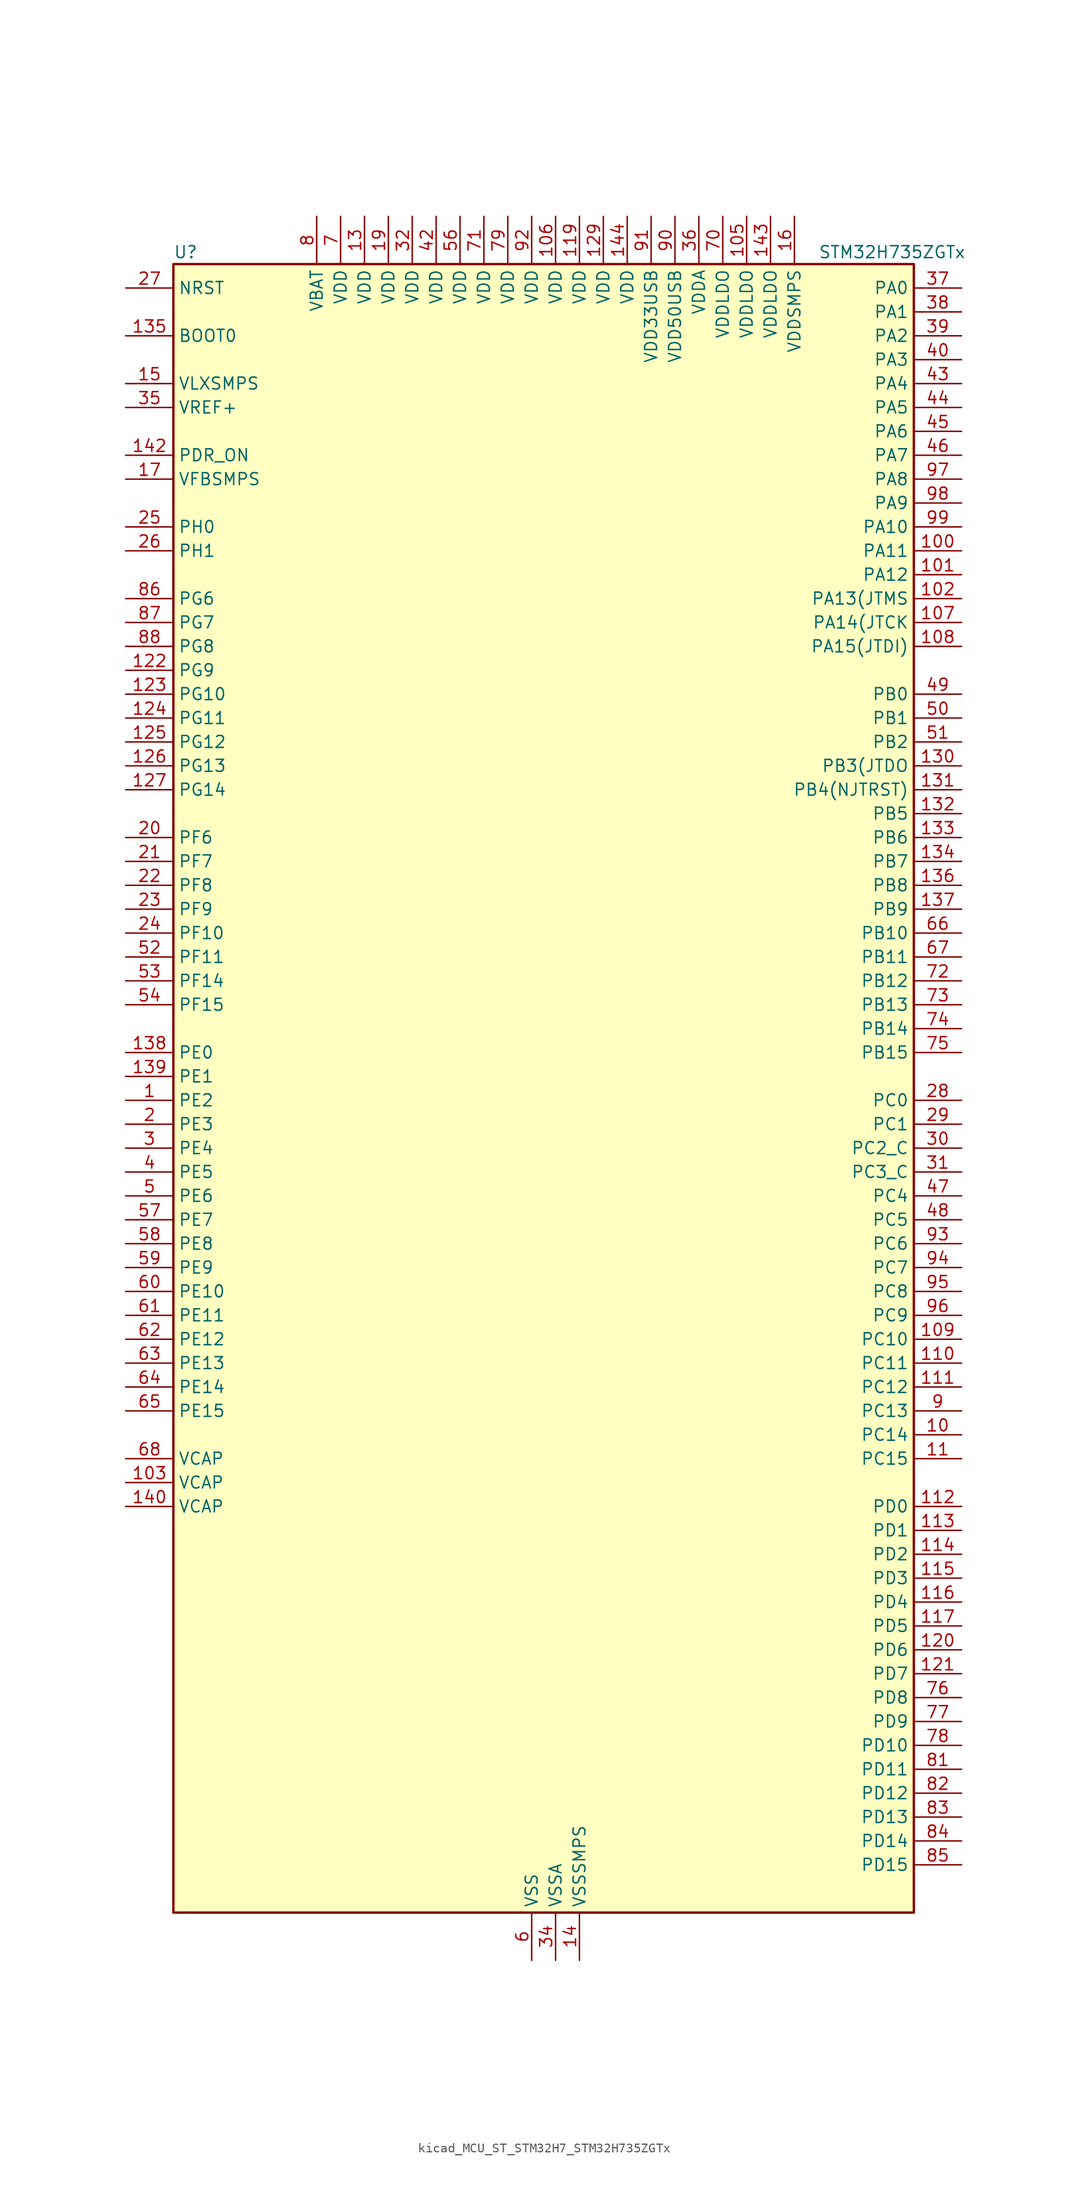
<source format=kicad_sym>
(kicad_symbol_lib
  (version 20220914)
  (generator kicad_symbol_editor)
  (symbol "kicad_MCU_ST_STM32H7_STM32H735ZGTx"
    (property "Reference" "U"
      (at -38.1 90.17 0)
      (effects (font (size 1.27 1.27)) (justify left)))
    (property "Value" "STM32H735ZGTx"
      (at 30.48 90.17 0)
      (effects (font (size 1.27 1.27)) (justify left)))
    (property "ki_locked" ""
      (at 0 0 0)
      (effects (font (size 1.27 1.27))))
    (symbol "kicad_MCU_ST_STM32H7_STM32H735ZGTx_0_1"
      (rectangle (start -38.1 -86.36) (end 40.64 88.9) (stroke (width 0.254) (type default)) (fill (type background))))
    (symbol "kicad_MCU_ST_STM32H7_STM32H735ZGTx_1_1"
      (pin bidirectional line (at -43.18 0 0) (length 5.08) (name "PE2" (effects (font (size 1.27 1.27)))) (number "1" (effects (font (size 1.27 1.27)))) (alternate "DEBUG_TRACECLK" bidirectional line) (alternate "ETH_TXD3" bidirectional line) (alternate "FMC_A23" bidirectional line) (alternate "OCTOSPIM_P1_IO2" bidirectional line) (alternate "SAI1_CK1" bidirectional line) (alternate "SAI1_MCLK_A" bidirectional line) (alternate "SAI4_CK1" bidirectional line) (alternate "SAI4_MCLK_A" bidirectional line) (alternate "SPI4_SCK" bidirectional line) (alternate "USART10_RX" bidirectional line))
      (pin bidirectional line (at 45.72 -35.56 180) (length 5.08) (name "PC14" (effects (font (size 1.27 1.27)))) (number "10" (effects (font (size 1.27 1.27)))) (alternate "RCC_OSC32_IN" bidirectional line))
      (pin bidirectional line (at 45.72 58.42 180) (length 5.08) (name "PA11" (effects (font (size 1.27 1.27)))) (number "100" (effects (font (size 1.27 1.27)))) (alternate "ADC1_EXTI11" bidirectional line) (alternate "ADC2_EXTI11" bidirectional line) (alternate "ADC3_EXTI11" bidirectional line) (alternate "FDCAN1_RX" bidirectional line) (alternate "I2S2_WS" bidirectional line) (alternate "LPUART1_CTS" bidirectional line) (alternate "LTDC_R4" bidirectional line) (alternate "SPI2_NSS" bidirectional line) (alternate "TIM1_CH4" bidirectional line) (alternate "UART4_RX" bidirectional line) (alternate "USART1_CTS" bidirectional line) (alternate "USART1_NSS" bidirectional line) (alternate "USB_OTG_HS_DM" bidirectional line))
      (pin bidirectional line (at 45.72 55.88 180) (length 5.08) (name "PA12" (effects (font (size 1.27 1.27)))) (number "101" (effects (font (size 1.27 1.27)))) (alternate "FDCAN1_TX" bidirectional line) (alternate "I2S2_CK" bidirectional line) (alternate "LPUART1_DE" bidirectional line) (alternate "LPUART1_RTS" bidirectional line) (alternate "LTDC_R5" bidirectional line) (alternate "SAI4_FS_B" bidirectional line) (alternate "SPI2_SCK" bidirectional line) (alternate "TIM1_BKIN2" bidirectional line) (alternate "TIM1_ETR" bidirectional line) (alternate "UART4_TX" bidirectional line) (alternate "USART1_DE" bidirectional line) (alternate "USART1_RTS" bidirectional line) (alternate "USB_OTG_HS_DP" bidirectional line))
      (pin bidirectional line (at 45.72 53.34 180) (length 5.08) (name "PA13(JTMS" (effects (font (size 1.27 1.27)))) (number "102" (effects (font (size 1.27 1.27)))) (alternate "DEBUG_JTMS-SWDIO" bidirectional line))
      (pin power_out line (at -43.18 -40.64 0) (length 5.08) (name "VCAP" (effects (font (size 1.27 1.27)))) (number "103" (effects (font (size 1.27 1.27)))))
      (pin passive line (at 0 -91.44 90) (length 5.08) hide (name "VSS" (effects (font (size 1.27 1.27)))) (number "104" (effects (font (size 1.27 1.27)))))
      (pin power_in line (at 22.86 93.98 270) (length 5.08) (name "VDDLDO" (effects (font (size 1.27 1.27)))) (number "105" (effects (font (size 1.27 1.27)))))
      (pin power_in line (at 2.54 93.98 270) (length 5.08) (name "VDD" (effects (font (size 1.27 1.27)))) (number "106" (effects (font (size 1.27 1.27)))))
      (pin bidirectional line (at 45.72 50.8 180) (length 5.08) (name "PA14(JTCK" (effects (font (size 1.27 1.27)))) (number "107" (effects (font (size 1.27 1.27)))) (alternate "DEBUG_JTCK-SWCLK" bidirectional line))
      (pin bidirectional line (at 45.72 48.26 180) (length 5.08) (name "PA15(JTDI)" (effects (font (size 1.27 1.27)))) (number "108" (effects (font (size 1.27 1.27)))) (alternate "ADC1_EXTI15" bidirectional line) (alternate "ADC2_EXTI15" bidirectional line) (alternate "ADC3_EXTI15" bidirectional line) (alternate "CEC" bidirectional line) (alternate "DEBUG_JTDI" bidirectional line) (alternate "I2S1_WS" bidirectional line) (alternate "I2S3_WS" bidirectional line) (alternate "I2S6_WS" bidirectional line) (alternate "LTDC_B6" bidirectional line) (alternate "LTDC_R3" bidirectional line) (alternate "SPI1_NSS" bidirectional line) (alternate "SPI3_NSS" bidirectional line) (alternate "SPI6_NSS" bidirectional line) (alternate "TIM2_CH1" bidirectional line) (alternate "TIM2_ETR" bidirectional line) (alternate "UART4_DE" bidirectional line) (alternate "UART4_RTS" bidirectional line) (alternate "UART7_TX" bidirectional line))
      (pin bidirectional line (at 45.72 -25.4 180) (length 5.08) (name "PC10" (effects (font (size 1.27 1.27)))) (number "109" (effects (font (size 1.27 1.27)))) (alternate "DCMI_D8" bidirectional line) (alternate "DFSDM1_CKIN5" bidirectional line) (alternate "I2C5_SDA" bidirectional line) (alternate "I2S3_CK" bidirectional line) (alternate "LTDC_B1" bidirectional line) (alternate "LTDC_R2" bidirectional line) (alternate "OCTOSPIM_P1_IO1" bidirectional line) (alternate "PSSI_D8" bidirectional line) (alternate "SDMMC1_D2" bidirectional line) (alternate "SPI3_SCK" bidirectional line) (alternate "SWPMI1_RX" bidirectional line) (alternate "UART4_TX" bidirectional line) (alternate "USART3_TX" bidirectional line))
      (pin bidirectional line (at 45.72 -38.1 180) (length 5.08) (name "PC15" (effects (font (size 1.27 1.27)))) (number "11" (effects (font (size 1.27 1.27)))) (alternate "ADC1_EXTI15" bidirectional line) (alternate "ADC2_EXTI15" bidirectional line) (alternate "ADC3_EXTI15" bidirectional line) (alternate "RCC_OSC32_OUT" bidirectional line))
      (pin bidirectional line (at 45.72 -27.94 180) (length 5.08) (name "PC11" (effects (font (size 1.27 1.27)))) (number "110" (effects (font (size 1.27 1.27)))) (alternate "ADC1_EXTI11" bidirectional line) (alternate "ADC2_EXTI11" bidirectional line) (alternate "ADC3_EXTI11" bidirectional line) (alternate "DCMI_D4" bidirectional line) (alternate "DFSDM1_DATIN5" bidirectional line) (alternate "I2C5_SCL" bidirectional line) (alternate "I2S3_SDI" bidirectional line) (alternate "LTDC_B4" bidirectional line) (alternate "OCTOSPIM_P1_NCS" bidirectional line) (alternate "PSSI_D4" bidirectional line) (alternate "SDMMC1_D3" bidirectional line) (alternate "SPI3_MISO" bidirectional line) (alternate "UART4_RX" bidirectional line) (alternate "USART3_RX" bidirectional line))
      (pin bidirectional line (at 45.72 -30.48 180) (length 5.08) (name "PC12" (effects (font (size 1.27 1.27)))) (number "111" (effects (font (size 1.27 1.27)))) (alternate "DCMI_D9" bidirectional line) (alternate "DEBUG_TRACED3" bidirectional line) (alternate "FMC_D6" bidirectional line) (alternate "FMC_DA6" bidirectional line) (alternate "I2C5_SMBA" bidirectional line) (alternate "I2S3_SDO" bidirectional line) (alternate "I2S6_CK" bidirectional line) (alternate "LTDC_R6" bidirectional line) (alternate "PSSI_D9" bidirectional line) (alternate "SDMMC1_CK" bidirectional line) (alternate "SPI3_MOSI" bidirectional line) (alternate "SPI6_SCK" bidirectional line) (alternate "TIM15_CH1" bidirectional line) (alternate "UART5_TX" bidirectional line) (alternate "USART3_CK" bidirectional line))
      (pin bidirectional line (at 45.72 -43.18 180) (length 5.08) (name "PD0" (effects (font (size 1.27 1.27)))) (number "112" (effects (font (size 1.27 1.27)))) (alternate "DFSDM1_CKIN6" bidirectional line) (alternate "FDCAN1_RX" bidirectional line) (alternate "FMC_D2" bidirectional line) (alternate "FMC_DA2" bidirectional line) (alternate "LTDC_B1" bidirectional line) (alternate "UART4_RX" bidirectional line) (alternate "UART9_CTS" bidirectional line))
      (pin bidirectional line (at 45.72 -45.72 180) (length 5.08) (name "PD1" (effects (font (size 1.27 1.27)))) (number "113" (effects (font (size 1.27 1.27)))) (alternate "DFSDM1_DATIN6" bidirectional line) (alternate "FDCAN1_TX" bidirectional line) (alternate "FMC_D3" bidirectional line) (alternate "FMC_DA3" bidirectional line) (alternate "UART4_TX" bidirectional line))
      (pin bidirectional line (at 45.72 -48.26 180) (length 5.08) (name "PD2" (effects (font (size 1.27 1.27)))) (number "114" (effects (font (size 1.27 1.27)))) (alternate "DCMI_D11" bidirectional line) (alternate "DEBUG_TRACED2" bidirectional line) (alternate "FMC_D7" bidirectional line) (alternate "FMC_DA7" bidirectional line) (alternate "LTDC_B2" bidirectional line) (alternate "LTDC_B7" bidirectional line) (alternate "PSSI_D11" bidirectional line) (alternate "SDMMC1_CMD" bidirectional line) (alternate "TIM15_BKIN" bidirectional line) (alternate "TIM3_ETR" bidirectional line) (alternate "UART5_RX" bidirectional line))
      (pin bidirectional line (at 45.72 -50.8 180) (length 5.08) (name "PD3" (effects (font (size 1.27 1.27)))) (number "115" (effects (font (size 1.27 1.27)))) (alternate "DCMI_D5" bidirectional line) (alternate "DFSDM1_CKOUT" bidirectional line) (alternate "FMC_CLK" bidirectional line) (alternate "I2S2_CK" bidirectional line) (alternate "LTDC_G7" bidirectional line) (alternate "PSSI_D5" bidirectional line) (alternate "SPI2_SCK" bidirectional line) (alternate "USART2_CTS" bidirectional line) (alternate "USART2_NSS" bidirectional line))
      (pin bidirectional line (at 45.72 -53.34 180) (length 5.08) (name "PD4" (effects (font (size 1.27 1.27)))) (number "116" (effects (font (size 1.27 1.27)))) (alternate "FMC_NOE" bidirectional line) (alternate "OCTOSPIM_P1_IO4" bidirectional line) (alternate "USART2_DE" bidirectional line) (alternate "USART2_RTS" bidirectional line))
      (pin bidirectional line (at 45.72 -55.88 180) (length 5.08) (name "PD5" (effects (font (size 1.27 1.27)))) (number "117" (effects (font (size 1.27 1.27)))) (alternate "FMC_NWE" bidirectional line) (alternate "OCTOSPIM_P1_IO5" bidirectional line) (alternate "USART2_TX" bidirectional line))
      (pin passive line (at 0 -91.44 90) (length 5.08) hide (name "VSS" (effects (font (size 1.27 1.27)))) (number "118" (effects (font (size 1.27 1.27)))))
      (pin power_in line (at 5.08 93.98 270) (length 5.08) (name "VDD" (effects (font (size 1.27 1.27)))) (number "119" (effects (font (size 1.27 1.27)))))
      (pin passive line (at 0 -91.44 90) (length 5.08) hide (name "VSS" (effects (font (size 1.27 1.27)))) (number "12" (effects (font (size 1.27 1.27)))))
      (pin bidirectional line (at 45.72 -58.42 180) (length 5.08) (name "PD6" (effects (font (size 1.27 1.27)))) (number "120" (effects (font (size 1.27 1.27)))) (alternate "DCMI_D10" bidirectional line) (alternate "DFSDM1_CKIN4" bidirectional line) (alternate "DFSDM1_DATIN1" bidirectional line) (alternate "FMC_NWAIT" bidirectional line) (alternate "I2S3_SDO" bidirectional line) (alternate "LTDC_B2" bidirectional line) (alternate "OCTOSPIM_P1_IO6" bidirectional line) (alternate "PSSI_D10" bidirectional line) (alternate "SAI1_D1" bidirectional line) (alternate "SAI1_SD_A" bidirectional line) (alternate "SAI4_D1" bidirectional line) (alternate "SAI4_SD_A" bidirectional line) (alternate "SDMMC2_CK" bidirectional line) (alternate "SPI3_MOSI" bidirectional line) (alternate "USART2_RX" bidirectional line))
      (pin bidirectional line (at 45.72 -60.96 180) (length 5.08) (name "PD7" (effects (font (size 1.27 1.27)))) (number "121" (effects (font (size 1.27 1.27)))) (alternate "DFSDM1_CKIN1" bidirectional line) (alternate "DFSDM1_DATIN4" bidirectional line) (alternate "FMC_NE1" bidirectional line) (alternate "I2S1_SDO" bidirectional line) (alternate "OCTOSPIM_P1_IO7" bidirectional line) (alternate "SDMMC2_CMD" bidirectional line) (alternate "SPDIFRX1_IN0" bidirectional line) (alternate "SPI1_MOSI" bidirectional line) (alternate "USART2_CK" bidirectional line))
      (pin bidirectional line (at -43.18 45.72 0) (length 5.08) (name "PG9" (effects (font (size 1.27 1.27)))) (number "122" (effects (font (size 1.27 1.27)))) (alternate "DAC1_EXTI9" bidirectional line) (alternate "DCMI_VSYNC" bidirectional line) (alternate "FDCAN3_TX" bidirectional line) (alternate "FMC_NCE" bidirectional line) (alternate "FMC_NE2" bidirectional line) (alternate "I2S1_SDI" bidirectional line) (alternate "OCTOSPIM_P1_IO6" bidirectional line) (alternate "PSSI_RDY" bidirectional line) (alternate "SAI4_FS_B" bidirectional line) (alternate "SDMMC2_D0" bidirectional line) (alternate "SPDIFRX1_IN3" bidirectional line) (alternate "SPI1_MISO" bidirectional line) (alternate "USART6_RX" bidirectional line))
      (pin bidirectional line (at -43.18 43.18 0) (length 5.08) (name "PG10" (effects (font (size 1.27 1.27)))) (number "123" (effects (font (size 1.27 1.27)))) (alternate "DCMI_D2" bidirectional line) (alternate "FDCAN3_RX" bidirectional line) (alternate "FMC_NE3" bidirectional line) (alternate "I2S1_WS" bidirectional line) (alternate "LTDC_B2" bidirectional line) (alternate "LTDC_G3" bidirectional line) (alternate "OCTOSPIM_P2_IO6" bidirectional line) (alternate "PSSI_D2" bidirectional line) (alternate "SAI4_SD_B" bidirectional line) (alternate "SDMMC2_D1" bidirectional line) (alternate "SPI1_NSS" bidirectional line))
      (pin bidirectional line (at -43.18 40.64 0) (length 5.08) (name "PG11" (effects (font (size 1.27 1.27)))) (number "124" (effects (font (size 1.27 1.27)))) (alternate "ADC1_EXTI11" bidirectional line) (alternate "ADC2_EXTI11" bidirectional line) (alternate "ADC3_EXTI11" bidirectional line) (alternate "DCMI_D3" bidirectional line) (alternate "ETH_TX_EN" bidirectional line) (alternate "I2S1_CK" bidirectional line) (alternate "LPTIM1_IN2" bidirectional line) (alternate "LTDC_B3" bidirectional line) (alternate "OCTOSPIM_P2_IO7" bidirectional line) (alternate "PSSI_D3" bidirectional line) (alternate "SDMMC2_D2" bidirectional line) (alternate "SPDIFRX1_IN0" bidirectional line) (alternate "SPI1_SCK" bidirectional line) (alternate "USART10_RX" bidirectional line))
      (pin bidirectional line (at -43.18 38.1 0) (length 5.08) (name "PG12" (effects (font (size 1.27 1.27)))) (number "125" (effects (font (size 1.27 1.27)))) (alternate "ETH_TXD1" bidirectional line) (alternate "FMC_NE4" bidirectional line) (alternate "I2S6_SDI" bidirectional line) (alternate "LPTIM1_IN1" bidirectional line) (alternate "LTDC_B1" bidirectional line) (alternate "LTDC_B4" bidirectional line) (alternate "OCTOSPIM_P2_NCS" bidirectional line) (alternate "SDMMC2_D3" bidirectional line) (alternate "SPDIFRX1_IN1" bidirectional line) (alternate "SPI6_MISO" bidirectional line) (alternate "TIM23_CH1" bidirectional line) (alternate "USART10_TX" bidirectional line) (alternate "USART6_DE" bidirectional line) (alternate "USART6_RTS" bidirectional line))
      (pin bidirectional line (at -43.18 35.56 0) (length 5.08) (name "PG13" (effects (font (size 1.27 1.27)))) (number "126" (effects (font (size 1.27 1.27)))) (alternate "DEBUG_TRACED0" bidirectional line) (alternate "ETH_TXD0" bidirectional line) (alternate "FMC_A24" bidirectional line) (alternate "I2S6_CK" bidirectional line) (alternate "LPTIM1_OUT" bidirectional line) (alternate "LTDC_R0" bidirectional line) (alternate "SDMMC2_D6" bidirectional line) (alternate "SPI6_SCK" bidirectional line) (alternate "TIM23_CH2" bidirectional line) (alternate "USART10_CTS" bidirectional line) (alternate "USART10_NSS" bidirectional line) (alternate "USART6_CTS" bidirectional line) (alternate "USART6_NSS" bidirectional line))
      (pin bidirectional line (at -43.18 33.02 0) (length 5.08) (name "PG14" (effects (font (size 1.27 1.27)))) (number "127" (effects (font (size 1.27 1.27)))) (alternate "DEBUG_TRACED1" bidirectional line) (alternate "ETH_TXD1" bidirectional line) (alternate "FMC_A25" bidirectional line) (alternate "I2S6_SDO" bidirectional line) (alternate "LPTIM1_ETR" bidirectional line) (alternate "LTDC_B0" bidirectional line) (alternate "OCTOSPIM_P1_IO7" bidirectional line) (alternate "SDMMC2_D7" bidirectional line) (alternate "SPI6_MOSI" bidirectional line) (alternate "TIM23_CH3" bidirectional line) (alternate "USART10_DE" bidirectional line) (alternate "USART10_RTS" bidirectional line) (alternate "USART6_TX" bidirectional line))
      (pin passive line (at 0 -91.44 90) (length 5.08) hide (name "VSS" (effects (font (size 1.27 1.27)))) (number "128" (effects (font (size 1.27 1.27)))))
      (pin power_in line (at 7.62 93.98 270) (length 5.08) (name "VDD" (effects (font (size 1.27 1.27)))) (number "129" (effects (font (size 1.27 1.27)))))
      (pin power_in line (at -17.78 93.98 270) (length 5.08) (name "VDD" (effects (font (size 1.27 1.27)))) (number "13" (effects (font (size 1.27 1.27)))))
      (pin bidirectional line (at 45.72 35.56 180) (length 5.08) (name "PB3(JTDO" (effects (font (size 1.27 1.27)))) (number "130" (effects (font (size 1.27 1.27)))) (alternate "CRS_SYNC" bidirectional line) (alternate "DEBUG_JTDO-SWO" bidirectional line) (alternate "I2S1_CK" bidirectional line) (alternate "I2S3_CK" bidirectional line) (alternate "I2S6_CK" bidirectional line) (alternate "SDMMC2_D2" bidirectional line) (alternate "SPI1_SCK" bidirectional line) (alternate "SPI3_SCK" bidirectional line) (alternate "SPI6_SCK" bidirectional line) (alternate "TIM24_ETR" bidirectional line) (alternate "TIM2_CH2" bidirectional line) (alternate "UART7_RX" bidirectional line))
      (pin bidirectional line (at 45.72 33.02 180) (length 5.08) (name "PB4(NJTRST)" (effects (font (size 1.27 1.27)))) (number "131" (effects (font (size 1.27 1.27)))) (alternate "DEBUG_JTRST" bidirectional line) (alternate "I2S1_SDI" bidirectional line) (alternate "I2S2_WS" bidirectional line) (alternate "I2S3_SDI" bidirectional line) (alternate "I2S6_SDI" bidirectional line) (alternate "SDMMC2_D3" bidirectional line) (alternate "SPI1_MISO" bidirectional line) (alternate "SPI2_NSS" bidirectional line) (alternate "SPI3_MISO" bidirectional line) (alternate "SPI6_MISO" bidirectional line) (alternate "TIM16_BKIN" bidirectional line) (alternate "TIM3_CH1" bidirectional line) (alternate "UART7_TX" bidirectional line))
      (pin bidirectional line (at 45.72 30.48 180) (length 5.08) (name "PB5" (effects (font (size 1.27 1.27)))) (number "132" (effects (font (size 1.27 1.27)))) (alternate "DCMI_D10" bidirectional line) (alternate "ETH_PPS_OUT" bidirectional line) (alternate "FDCAN2_RX" bidirectional line) (alternate "FMC_SDCKE1" bidirectional line) (alternate "I2C1_SMBA" bidirectional line) (alternate "I2C4_SMBA" bidirectional line) (alternate "I2S1_SDO" bidirectional line) (alternate "I2S3_SDO" bidirectional line) (alternate "I2S6_SDO" bidirectional line) (alternate "LTDC_B5" bidirectional line) (alternate "PSSI_D10" bidirectional line) (alternate "SPI1_MOSI" bidirectional line) (alternate "SPI3_MOSI" bidirectional line) (alternate "SPI6_MOSI" bidirectional line) (alternate "TIM17_BKIN" bidirectional line) (alternate "TIM3_CH2" bidirectional line) (alternate "UART5_RX" bidirectional line) (alternate "USB_OTG_HS_ULPI_D7" bidirectional line))
      (pin bidirectional line (at 45.72 27.94 180) (length 5.08) (name "PB6" (effects (font (size 1.27 1.27)))) (number "133" (effects (font (size 1.27 1.27)))) (alternate "CEC" bidirectional line) (alternate "DCMI_D5" bidirectional line) (alternate "DFSDM1_DATIN5" bidirectional line) (alternate "FDCAN2_TX" bidirectional line) (alternate "FMC_SDNE1" bidirectional line) (alternate "I2C1_SCL" bidirectional line) (alternate "I2C4_SCL" bidirectional line) (alternate "LPUART1_TX" bidirectional line) (alternate "OCTOSPIM_P1_NCS" bidirectional line) (alternate "PSSI_D5" bidirectional line) (alternate "TIM16_CH1N" bidirectional line) (alternate "TIM4_CH1" bidirectional line) (alternate "UART5_TX" bidirectional line) (alternate "USART1_TX" bidirectional line))
      (pin bidirectional line (at 45.72 25.4 180) (length 5.08) (name "PB7" (effects (font (size 1.27 1.27)))) (number "134" (effects (font (size 1.27 1.27)))) (alternate "DCMI_VSYNC" bidirectional line) (alternate "DFSDM1_CKIN5" bidirectional line) (alternate "FMC_NL" bidirectional line) (alternate "I2C1_SDA" bidirectional line) (alternate "I2C4_SDA" bidirectional line) (alternate "LPUART1_RX" bidirectional line) (alternate "PSSI_RDY" bidirectional line) (alternate "PWR_PVD_IN" bidirectional line) (alternate "TIM17_CH1N" bidirectional line) (alternate "TIM4_CH2" bidirectional line) (alternate "USART1_RX" bidirectional line))
      (pin input line (at -43.18 81.28 0) (length 5.08) (name "BOOT0" (effects (font (size 1.27 1.27)))) (number "135" (effects (font (size 1.27 1.27)))))
      (pin bidirectional line (at 45.72 22.86 180) (length 5.08) (name "PB8" (effects (font (size 1.27 1.27)))) (number "136" (effects (font (size 1.27 1.27)))) (alternate "DCMI_D6" bidirectional line) (alternate "DFSDM1_CKIN7" bidirectional line) (alternate "ETH_TXD3" bidirectional line) (alternate "FDCAN1_RX" bidirectional line) (alternate "I2C1_SCL" bidirectional line) (alternate "I2C4_SCL" bidirectional line) (alternate "LTDC_B6" bidirectional line) (alternate "PSSI_D6" bidirectional line) (alternate "SDMMC1_CKIN" bidirectional line) (alternate "SDMMC1_D4" bidirectional line) (alternate "SDMMC2_D4" bidirectional line) (alternate "TIM16_CH1" bidirectional line) (alternate "TIM4_CH3" bidirectional line) (alternate "UART4_RX" bidirectional line))
      (pin bidirectional line (at 45.72 20.32 180) (length 5.08) (name "PB9" (effects (font (size 1.27 1.27)))) (number "137" (effects (font (size 1.27 1.27)))) (alternate "DAC1_EXTI9" bidirectional line) (alternate "DCMI_D7" bidirectional line) (alternate "DFSDM1_DATIN7" bidirectional line) (alternate "FDCAN1_TX" bidirectional line) (alternate "I2C1_SDA" bidirectional line) (alternate "I2C4_SDA" bidirectional line) (alternate "I2C4_SMBA" bidirectional line) (alternate "I2S2_WS" bidirectional line) (alternate "LTDC_B7" bidirectional line) (alternate "PSSI_D7" bidirectional line) (alternate "SDMMC1_CDIR" bidirectional line) (alternate "SDMMC1_D5" bidirectional line) (alternate "SDMMC2_D5" bidirectional line) (alternate "SPI2_NSS" bidirectional line) (alternate "TIM17_CH1" bidirectional line) (alternate "TIM4_CH4" bidirectional line) (alternate "UART4_TX" bidirectional line))
      (pin bidirectional line (at -43.18 5.08 0) (length 5.08) (name "PE0" (effects (font (size 1.27 1.27)))) (number "138" (effects (font (size 1.27 1.27)))) (alternate "DCMI_D2" bidirectional line) (alternate "FMC_NBL0" bidirectional line) (alternate "LPTIM1_ETR" bidirectional line) (alternate "LPTIM2_ETR" bidirectional line) (alternate "LTDC_R0" bidirectional line) (alternate "PSSI_D2" bidirectional line) (alternate "SAI4_MCLK_A" bidirectional line) (alternate "TIM4_ETR" bidirectional line) (alternate "UART8_RX" bidirectional line))
      (pin bidirectional line (at -43.18 2.54 0) (length 5.08) (name "PE1" (effects (font (size 1.27 1.27)))) (number "139" (effects (font (size 1.27 1.27)))) (alternate "DCMI_D3" bidirectional line) (alternate "FMC_NBL1" bidirectional line) (alternate "LPTIM1_IN2" bidirectional line) (alternate "LTDC_R6" bidirectional line) (alternate "PSSI_D3" bidirectional line) (alternate "UART8_TX" bidirectional line))
      (pin power_in line (at 5.08 -91.44 90) (length 5.08) (name "VSSSMPS" (effects (font (size 1.27 1.27)))) (number "14" (effects (font (size 1.27 1.27)))))
      (pin power_out line (at -43.18 -43.18 0) (length 5.08) (name "VCAP" (effects (font (size 1.27 1.27)))) (number "140" (effects (font (size 1.27 1.27)))))
      (pin passive line (at 0 -91.44 90) (length 5.08) hide (name "VSS" (effects (font (size 1.27 1.27)))) (number "141" (effects (font (size 1.27 1.27)))))
      (pin input line (at -43.18 68.58 0) (length 5.08) (name "PDR_ON" (effects (font (size 1.27 1.27)))) (number "142" (effects (font (size 1.27 1.27)))))
      (pin power_in line (at 25.4 93.98 270) (length 5.08) (name "VDDLDO" (effects (font (size 1.27 1.27)))) (number "143" (effects (font (size 1.27 1.27)))))
      (pin power_in line (at 10.16 93.98 270) (length 5.08) (name "VDD" (effects (font (size 1.27 1.27)))) (number "144" (effects (font (size 1.27 1.27)))))
      (pin power_in line (at -43.18 76.2 0) (length 5.08) (name "VLXSMPS" (effects (font (size 1.27 1.27)))) (number "15" (effects (font (size 1.27 1.27)))))
      (pin power_in line (at 27.94 93.98 270) (length 5.08) (name "VDDSMPS" (effects (font (size 1.27 1.27)))) (number "16" (effects (font (size 1.27 1.27)))))
      (pin input line (at -43.18 66.04 0) (length 5.08) (name "VFBSMPS" (effects (font (size 1.27 1.27)))) (number "17" (effects (font (size 1.27 1.27)))))
      (pin passive line (at 0 -91.44 90) (length 5.08) hide (name "VSS" (effects (font (size 1.27 1.27)))) (number "18" (effects (font (size 1.27 1.27)))))
      (pin power_in line (at -15.24 93.98 270) (length 5.08) (name "VDD" (effects (font (size 1.27 1.27)))) (number "19" (effects (font (size 1.27 1.27)))))
      (pin bidirectional line (at -43.18 -2.54 0) (length 5.08) (name "PE3" (effects (font (size 1.27 1.27)))) (number "2" (effects (font (size 1.27 1.27)))) (alternate "DEBUG_TRACED0" bidirectional line) (alternate "FMC_A19" bidirectional line) (alternate "SAI1_SD_B" bidirectional line) (alternate "SAI4_SD_B" bidirectional line) (alternate "TIM15_BKIN" bidirectional line) (alternate "USART10_TX" bidirectional line))
      (pin bidirectional line (at -43.18 27.94 0) (length 5.08) (name "PF6" (effects (font (size 1.27 1.27)))) (number "20" (effects (font (size 1.27 1.27)))) (alternate "ADC3_INN4" bidirectional line) (alternate "ADC3_INP8" bidirectional line) (alternate "FDCAN3_RX" bidirectional line) (alternate "OCTOSPIM_P1_IO3" bidirectional line) (alternate "SAI1_SD_B" bidirectional line) (alternate "SAI4_SD_B" bidirectional line) (alternate "SPI5_NSS" bidirectional line) (alternate "TIM16_CH1" bidirectional line) (alternate "TIM23_CH1" bidirectional line) (alternate "UART7_RX" bidirectional line))
      (pin bidirectional line (at -43.18 25.4 0) (length 5.08) (name "PF7" (effects (font (size 1.27 1.27)))) (number "21" (effects (font (size 1.27 1.27)))) (alternate "ADC3_INP3" bidirectional line) (alternate "FDCAN3_TX" bidirectional line) (alternate "OCTOSPIM_P1_IO2" bidirectional line) (alternate "SAI1_MCLK_B" bidirectional line) (alternate "SAI4_MCLK_B" bidirectional line) (alternate "SPI5_SCK" bidirectional line) (alternate "TIM17_CH1" bidirectional line) (alternate "TIM23_CH2" bidirectional line) (alternate "UART7_TX" bidirectional line))
      (pin bidirectional line (at -43.18 22.86 0) (length 5.08) (name "PF8" (effects (font (size 1.27 1.27)))) (number "22" (effects (font (size 1.27 1.27)))) (alternate "ADC3_INN3" bidirectional line) (alternate "ADC3_INP7" bidirectional line) (alternate "OCTOSPIM_P1_IO0" bidirectional line) (alternate "SAI1_SCK_B" bidirectional line) (alternate "SAI4_SCK_B" bidirectional line) (alternate "SPI5_MISO" bidirectional line) (alternate "TIM13_CH1" bidirectional line) (alternate "TIM16_CH1N" bidirectional line) (alternate "TIM23_CH3" bidirectional line) (alternate "UART7_DE" bidirectional line) (alternate "UART7_RTS" bidirectional line))
      (pin bidirectional line (at -43.18 20.32 0) (length 5.08) (name "PF9" (effects (font (size 1.27 1.27)))) (number "23" (effects (font (size 1.27 1.27)))) (alternate "ADC3_INP2" bidirectional line) (alternate "DAC1_EXTI9" bidirectional line) (alternate "OCTOSPIM_P1_IO1" bidirectional line) (alternate "SAI1_FS_B" bidirectional line) (alternate "SAI4_FS_B" bidirectional line) (alternate "SPI5_MOSI" bidirectional line) (alternate "TIM14_CH1" bidirectional line) (alternate "TIM17_CH1N" bidirectional line) (alternate "TIM23_CH4" bidirectional line) (alternate "UART7_CTS" bidirectional line))
      (pin bidirectional line (at -43.18 17.78 0) (length 5.08) (name "PF10" (effects (font (size 1.27 1.27)))) (number "24" (effects (font (size 1.27 1.27)))) (alternate "ADC3_INN2" bidirectional line) (alternate "ADC3_INP6" bidirectional line) (alternate "DCMI_D11" bidirectional line) (alternate "LTDC_DE" bidirectional line) (alternate "OCTOSPIM_P1_CLK" bidirectional line) (alternate "PSSI_D11" bidirectional line) (alternate "PSSI_D15" bidirectional line) (alternate "SAI1_D3" bidirectional line) (alternate "SAI4_D3" bidirectional line) (alternate "TIM16_BKIN" bidirectional line))
      (pin bidirectional line (at -43.18 60.96 0) (length 5.08) (name "PH0" (effects (font (size 1.27 1.27)))) (number "25" (effects (font (size 1.27 1.27)))) (alternate "RCC_OSC_IN" bidirectional line))
      (pin bidirectional line (at -43.18 58.42 0) (length 5.08) (name "PH1" (effects (font (size 1.27 1.27)))) (number "26" (effects (font (size 1.27 1.27)))) (alternate "RCC_OSC_OUT" bidirectional line))
      (pin input line (at -43.18 86.36 0) (length 5.08) (name "NRST" (effects (font (size 1.27 1.27)))) (number "27" (effects (font (size 1.27 1.27)))))
      (pin bidirectional line (at 45.72 0 180) (length 5.08) (name "PC0" (effects (font (size 1.27 1.27)))) (number "28" (effects (font (size 1.27 1.27)))) (alternate "ADC1_INP10" bidirectional line) (alternate "ADC2_INP10" bidirectional line) (alternate "ADC3_INP10" bidirectional line) (alternate "DFSDM1_CKIN0" bidirectional line) (alternate "DFSDM1_DATIN4" bidirectional line) (alternate "FMC_A25" bidirectional line) (alternate "FMC_D12" bidirectional line) (alternate "FMC_DA12" bidirectional line) (alternate "FMC_SDNWE" bidirectional line) (alternate "LTDC_G2" bidirectional line) (alternate "LTDC_R5" bidirectional line) (alternate "SAI4_FS_B" bidirectional line) (alternate "USB_OTG_HS_ULPI_STP" bidirectional line))
      (pin bidirectional line (at 45.72 -2.54 180) (length 5.08) (name "PC1" (effects (font (size 1.27 1.27)))) (number "29" (effects (font (size 1.27 1.27)))) (alternate "ADC1_INN10" bidirectional line) (alternate "ADC1_INP11" bidirectional line) (alternate "ADC2_INN10" bidirectional line) (alternate "ADC2_INP11" bidirectional line) (alternate "ADC3_INN10" bidirectional line) (alternate "ADC3_INP11" bidirectional line) (alternate "DEBUG_TRACED0" bidirectional line) (alternate "DFSDM1_CKIN4" bidirectional line) (alternate "DFSDM1_DATIN0" bidirectional line) (alternate "ETH_MDC" bidirectional line) (alternate "I2S2_SDO" bidirectional line) (alternate "LTDC_G5" bidirectional line) (alternate "MDIOS_MDC" bidirectional line) (alternate "OCTOSPIM_P1_IO4" bidirectional line) (alternate "PWR_WKUP6" bidirectional line) (alternate "RTC_TAMP3" bidirectional line) (alternate "SAI1_D1" bidirectional line) (alternate "SAI1_SD_A" bidirectional line) (alternate "SAI4_D1" bidirectional line) (alternate "SAI4_SD_A" bidirectional line) (alternate "SDMMC2_CK" bidirectional line) (alternate "SPI2_MOSI" bidirectional line))
      (pin bidirectional line (at -43.18 -5.08 0) (length 5.08) (name "PE4" (effects (font (size 1.27 1.27)))) (number "3" (effects (font (size 1.27 1.27)))) (alternate "DCMI_D4" bidirectional line) (alternate "DEBUG_TRACED1" bidirectional line) (alternate "DFSDM1_DATIN3" bidirectional line) (alternate "FMC_A20" bidirectional line) (alternate "LTDC_B0" bidirectional line) (alternate "PSSI_D4" bidirectional line) (alternate "SAI1_D2" bidirectional line) (alternate "SAI1_FS_A" bidirectional line) (alternate "SAI4_D2" bidirectional line) (alternate "SAI4_FS_A" bidirectional line) (alternate "SPI4_NSS" bidirectional line) (alternate "TIM15_CH1N" bidirectional line))
      (pin bidirectional line (at 45.72 -5.08 180) (length 5.08) (name "PC2_C" (effects (font (size 1.27 1.27)))) (number "30" (effects (font (size 1.27 1.27)))) (alternate "ADC3_INN1" bidirectional line) (alternate "ADC3_INP0" bidirectional line) (alternate "DFSDM1_CKIN1" bidirectional line) (alternate "DFSDM1_CKOUT" bidirectional line) (alternate "ETH_TXD2" bidirectional line) (alternate "FMC_SDNE0" bidirectional line) (alternate "I2S2_SDI" bidirectional line) (alternate "OCTOSPIM_P1_IO2" bidirectional line) (alternate "OCTOSPIM_P1_IO5" bidirectional line) (alternate "PWR_CSTOP" bidirectional line) (alternate "SPI2_MISO" bidirectional line) (alternate "USB_OTG_HS_ULPI_DIR" bidirectional line))
      (pin bidirectional line (at 45.72 -7.62 180) (length 5.08) (name "PC3_C" (effects (font (size 1.27 1.27)))) (number "31" (effects (font (size 1.27 1.27)))) (alternate "ADC3_INP1" bidirectional line) (alternate "DFSDM1_DATIN1" bidirectional line) (alternate "ETH_TX_CLK" bidirectional line) (alternate "FMC_SDCKE0" bidirectional line) (alternate "I2S2_SDO" bidirectional line) (alternate "OCTOSPIM_P1_IO0" bidirectional line) (alternate "OCTOSPIM_P1_IO6" bidirectional line) (alternate "PWR_CSLEEP" bidirectional line) (alternate "SPI2_MOSI" bidirectional line) (alternate "USB_OTG_HS_ULPI_NXT" bidirectional line))
      (pin power_in line (at -12.7 93.98 270) (length 5.08) (name "VDD" (effects (font (size 1.27 1.27)))) (number "32" (effects (font (size 1.27 1.27)))))
      (pin passive line (at 0 -91.44 90) (length 5.08) hide (name "VSS" (effects (font (size 1.27 1.27)))) (number "33" (effects (font (size 1.27 1.27)))))
      (pin power_in line (at 2.54 -91.44 90) (length 5.08) (name "VSSA" (effects (font (size 1.27 1.27)))) (number "34" (effects (font (size 1.27 1.27)))))
      (pin input line (at -43.18 73.66 0) (length 5.08) (name "VREF+" (effects (font (size 1.27 1.27)))) (number "35" (effects (font (size 1.27 1.27)))) (alternate "VREFBUF_OUT" bidirectional line))
      (pin power_in line (at 17.78 93.98 270) (length 5.08) (name "VDDA" (effects (font (size 1.27 1.27)))) (number "36" (effects (font (size 1.27 1.27)))))
      (pin bidirectional line (at 45.72 86.36 180) (length 5.08) (name "PA0" (effects (font (size 1.27 1.27)))) (number "37" (effects (font (size 1.27 1.27)))) (alternate "ADC1_INP16" bidirectional line) (alternate "ETH_CRS" bidirectional line) (alternate "FMC_A19" bidirectional line) (alternate "I2S6_WS" bidirectional line) (alternate "PWR_WKUP1" bidirectional line) (alternate "SAI4_SD_B" bidirectional line) (alternate "SDMMC2_CMD" bidirectional line) (alternate "SPI6_NSS" bidirectional line) (alternate "TIM15_BKIN" bidirectional line) (alternate "TIM2_CH1" bidirectional line) (alternate "TIM2_ETR" bidirectional line) (alternate "TIM5_CH1" bidirectional line) (alternate "TIM8_ETR" bidirectional line) (alternate "UART4_TX" bidirectional line) (alternate "USART2_CTS" bidirectional line) (alternate "USART2_NSS" bidirectional line))
      (pin bidirectional line (at 45.72 83.82 180) (length 5.08) (name "PA1" (effects (font (size 1.27 1.27)))) (number "38" (effects (font (size 1.27 1.27)))) (alternate "ADC1_INN16" bidirectional line) (alternate "ADC1_INP17" bidirectional line) (alternate "ETH_REF_CLK" bidirectional line) (alternate "ETH_RX_CLK" bidirectional line) (alternate "LPTIM3_OUT" bidirectional line) (alternate "LTDC_R2" bidirectional line) (alternate "OCTOSPIM_P1_DQS" bidirectional line) (alternate "OCTOSPIM_P1_IO3" bidirectional line) (alternate "SAI4_MCLK_B" bidirectional line) (alternate "TIM15_CH1N" bidirectional line) (alternate "TIM2_CH2" bidirectional line) (alternate "TIM5_CH2" bidirectional line) (alternate "UART4_RX" bidirectional line) (alternate "USART2_DE" bidirectional line) (alternate "USART2_RTS" bidirectional line))
      (pin bidirectional line (at 45.72 81.28 180) (length 5.08) (name "PA2" (effects (font (size 1.27 1.27)))) (number "39" (effects (font (size 1.27 1.27)))) (alternate "ADC1_INP14" bidirectional line) (alternate "ADC2_INP14" bidirectional line) (alternate "ETH_MDIO" bidirectional line) (alternate "LPTIM4_OUT" bidirectional line) (alternate "LTDC_R1" bidirectional line) (alternate "MDIOS_MDIO" bidirectional line) (alternate "OCTOSPIM_P1_IO0" bidirectional line) (alternate "PWR_WKUP2" bidirectional line) (alternate "SAI4_SCK_B" bidirectional line) (alternate "TIM15_CH1" bidirectional line) (alternate "TIM2_CH3" bidirectional line) (alternate "TIM5_CH3" bidirectional line) (alternate "USART2_TX" bidirectional line))
      (pin bidirectional line (at -43.18 -7.62 0) (length 5.08) (name "PE5" (effects (font (size 1.27 1.27)))) (number "4" (effects (font (size 1.27 1.27)))) (alternate "DCMI_D6" bidirectional line) (alternate "DEBUG_TRACED2" bidirectional line) (alternate "DFSDM1_CKIN3" bidirectional line) (alternate "FMC_A21" bidirectional line) (alternate "LTDC_G0" bidirectional line) (alternate "PSSI_D6" bidirectional line) (alternate "SAI1_CK2" bidirectional line) (alternate "SAI1_SCK_A" bidirectional line) (alternate "SAI4_CK2" bidirectional line) (alternate "SAI4_SCK_A" bidirectional line) (alternate "SPI4_MISO" bidirectional line) (alternate "TIM15_CH1" bidirectional line))
      (pin bidirectional line (at 45.72 78.74 180) (length 5.08) (name "PA3" (effects (font (size 1.27 1.27)))) (number "40" (effects (font (size 1.27 1.27)))) (alternate "ADC1_INP15" bidirectional line) (alternate "ADC2_INP15" bidirectional line) (alternate "ETH_COL" bidirectional line) (alternate "I2S6_MCK" bidirectional line) (alternate "LPTIM5_OUT" bidirectional line) (alternate "LTDC_B2" bidirectional line) (alternate "LTDC_B5" bidirectional line) (alternate "OCTOSPIM_P1_CLK" bidirectional line) (alternate "OCTOSPIM_P1_IO2" bidirectional line) (alternate "TIM15_CH2" bidirectional line) (alternate "TIM2_CH4" bidirectional line) (alternate "TIM5_CH4" bidirectional line) (alternate "USART2_RX" bidirectional line) (alternate "USB_OTG_HS_ULPI_D0" bidirectional line))
      (pin passive line (at 0 -91.44 90) (length 5.08) hide (name "VSS" (effects (font (size 1.27 1.27)))) (number "41" (effects (font (size 1.27 1.27)))))
      (pin power_in line (at -10.16 93.98 270) (length 5.08) (name "VDD" (effects (font (size 1.27 1.27)))) (number "42" (effects (font (size 1.27 1.27)))))
      (pin bidirectional line (at 45.72 76.2 180) (length 5.08) (name "PA4" (effects (font (size 1.27 1.27)))) (number "43" (effects (font (size 1.27 1.27)))) (alternate "ADC1_INP18" bidirectional line) (alternate "ADC2_INP18" bidirectional line) (alternate "DAC1_OUT1" bidirectional line) (alternate "DCMI_HSYNC" bidirectional line) (alternate "FMC_D8" bidirectional line) (alternate "FMC_DA8" bidirectional line) (alternate "I2S1_WS" bidirectional line) (alternate "I2S3_WS" bidirectional line) (alternate "I2S6_WS" bidirectional line) (alternate "LTDC_VSYNC" bidirectional line) (alternate "PSSI_DE" bidirectional line) (alternate "SPI1_NSS" bidirectional line) (alternate "SPI3_NSS" bidirectional line) (alternate "SPI6_NSS" bidirectional line) (alternate "TIM5_ETR" bidirectional line) (alternate "USART2_CK" bidirectional line))
      (pin bidirectional line (at 45.72 73.66 180) (length 5.08) (name "PA5" (effects (font (size 1.27 1.27)))) (number "44" (effects (font (size 1.27 1.27)))) (alternate "ADC1_INN18" bidirectional line) (alternate "ADC1_INP19" bidirectional line) (alternate "ADC2_INN18" bidirectional line) (alternate "ADC2_INP19" bidirectional line) (alternate "DAC1_OUT2" bidirectional line) (alternate "FMC_D9" bidirectional line) (alternate "FMC_DA9" bidirectional line) (alternate "I2S1_CK" bidirectional line) (alternate "I2S6_CK" bidirectional line) (alternate "LTDC_R4" bidirectional line) (alternate "PSSI_D14" bidirectional line) (alternate "PWR_NDSTOP2" bidirectional line) (alternate "SPI1_SCK" bidirectional line) (alternate "SPI6_SCK" bidirectional line) (alternate "TIM2_CH1" bidirectional line) (alternate "TIM2_ETR" bidirectional line) (alternate "TIM8_CH1N" bidirectional line) (alternate "USB_OTG_HS_ULPI_CK" bidirectional line))
      (pin bidirectional line (at 45.72 71.12 180) (length 5.08) (name "PA6" (effects (font (size 1.27 1.27)))) (number "45" (effects (font (size 1.27 1.27)))) (alternate "ADC1_INP3" bidirectional line) (alternate "ADC2_INP3" bidirectional line) (alternate "DCMI_PIXCLK" bidirectional line) (alternate "I2S1_SDI" bidirectional line) (alternate "I2S6_SDI" bidirectional line) (alternate "LTDC_G2" bidirectional line) (alternate "MDIOS_MDC" bidirectional line) (alternate "OCTOSPIM_P1_IO3" bidirectional line) (alternate "PSSI_PDCK" bidirectional line) (alternate "SPI1_MISO" bidirectional line) (alternate "SPI6_MISO" bidirectional line) (alternate "TIM13_CH1" bidirectional line) (alternate "TIM1_BKIN" bidirectional line) (alternate "TIM1_BKIN_COMP1" bidirectional line) (alternate "TIM1_BKIN_COMP2" bidirectional line) (alternate "TIM3_CH1" bidirectional line) (alternate "TIM8_BKIN" bidirectional line) (alternate "TIM8_BKIN_COMP1" bidirectional line) (alternate "TIM8_BKIN_COMP2" bidirectional line))
      (pin bidirectional line (at 45.72 68.58 180) (length 5.08) (name "PA7" (effects (font (size 1.27 1.27)))) (number "46" (effects (font (size 1.27 1.27)))) (alternate "ADC1_INN3" bidirectional line) (alternate "ADC1_INP7" bidirectional line) (alternate "ADC2_INN3" bidirectional line) (alternate "ADC2_INP7" bidirectional line) (alternate "ETH_CRS_DV" bidirectional line) (alternate "ETH_RX_DV" bidirectional line) (alternate "FMC_SDNWE" bidirectional line) (alternate "I2S1_SDO" bidirectional line) (alternate "I2S6_SDO" bidirectional line) (alternate "LTDC_VSYNC" bidirectional line) (alternate "OCTOSPIM_P1_IO2" bidirectional line) (alternate "OPAMP1_VINM" bidirectional line) (alternate "SPI1_MOSI" bidirectional line) (alternate "SPI6_MOSI" bidirectional line) (alternate "TIM14_CH1" bidirectional line) (alternate "TIM1_CH1N" bidirectional line) (alternate "TIM3_CH2" bidirectional line) (alternate "TIM8_CH1N" bidirectional line))
      (pin bidirectional line (at 45.72 -10.16 180) (length 5.08) (name "PC4" (effects (font (size 1.27 1.27)))) (number "47" (effects (font (size 1.27 1.27)))) (alternate "ADC1_INP4" bidirectional line) (alternate "ADC2_INP4" bidirectional line) (alternate "COMP1_INM" bidirectional line) (alternate "DFSDM1_CKIN2" bidirectional line) (alternate "ETH_RXD0" bidirectional line) (alternate "FMC_A22" bidirectional line) (alternate "FMC_SDNE0" bidirectional line) (alternate "I2S1_MCK" bidirectional line) (alternate "LTDC_R7" bidirectional line) (alternate "OPAMP1_VOUT" bidirectional line) (alternate "SDMMC2_CKIN" bidirectional line) (alternate "SPDIFRX1_IN2" bidirectional line))
      (pin bidirectional line (at 45.72 -12.7 180) (length 5.08) (name "PC5" (effects (font (size 1.27 1.27)))) (number "48" (effects (font (size 1.27 1.27)))) (alternate "ADC1_INN4" bidirectional line) (alternate "ADC1_INP8" bidirectional line) (alternate "ADC2_INN4" bidirectional line) (alternate "ADC2_INP8" bidirectional line) (alternate "COMP1_OUT" bidirectional line) (alternate "DFSDM1_DATIN2" bidirectional line) (alternate "ETH_RXD1" bidirectional line) (alternate "FMC_SDCKE0" bidirectional line) (alternate "LTDC_DE" bidirectional line) (alternate "OCTOSPIM_P1_DQS" bidirectional line) (alternate "OPAMP1_VINM" bidirectional line) (alternate "PSSI_D15" bidirectional line) (alternate "SAI1_D3" bidirectional line) (alternate "SAI4_D3" bidirectional line) (alternate "SPDIFRX1_IN3" bidirectional line))
      (pin bidirectional line (at 45.72 43.18 180) (length 5.08) (name "PB0" (effects (font (size 1.27 1.27)))) (number "49" (effects (font (size 1.27 1.27)))) (alternate "ADC1_INN5" bidirectional line) (alternate "ADC1_INP9" bidirectional line) (alternate "ADC2_INN5" bidirectional line) (alternate "ADC2_INP9" bidirectional line) (alternate "COMP1_INP" bidirectional line) (alternate "DFSDM1_CKOUT" bidirectional line) (alternate "ETH_RXD2" bidirectional line) (alternate "LTDC_G1" bidirectional line) (alternate "LTDC_R3" bidirectional line) (alternate "OCTOSPIM_P1_IO1" bidirectional line) (alternate "OPAMP1_VINP" bidirectional line) (alternate "TIM1_CH2N" bidirectional line) (alternate "TIM3_CH3" bidirectional line) (alternate "TIM8_CH2N" bidirectional line) (alternate "UART4_CTS" bidirectional line) (alternate "USB_OTG_HS_ULPI_D1" bidirectional line))
      (pin bidirectional line (at -43.18 -10.16 0) (length 5.08) (name "PE6" (effects (font (size 1.27 1.27)))) (number "5" (effects (font (size 1.27 1.27)))) (alternate "DCMI_D7" bidirectional line) (alternate "DEBUG_TRACED3" bidirectional line) (alternate "FMC_A22" bidirectional line) (alternate "LTDC_G1" bidirectional line) (alternate "PSSI_D7" bidirectional line) (alternate "SAI1_D1" bidirectional line) (alternate "SAI1_SD_A" bidirectional line) (alternate "SAI4_D1" bidirectional line) (alternate "SAI4_MCLK_B" bidirectional line) (alternate "SAI4_SD_A" bidirectional line) (alternate "SPI4_MOSI" bidirectional line) (alternate "TIM15_CH2" bidirectional line) (alternate "TIM1_BKIN2" bidirectional line) (alternate "TIM1_BKIN2_COMP1" bidirectional line) (alternate "TIM1_BKIN2_COMP2" bidirectional line))
      (pin bidirectional line (at 45.72 40.64 180) (length 5.08) (name "PB1" (effects (font (size 1.27 1.27)))) (number "50" (effects (font (size 1.27 1.27)))) (alternate "ADC1_INP5" bidirectional line) (alternate "ADC2_INP5" bidirectional line) (alternate "COMP1_INM" bidirectional line) (alternate "DFSDM1_DATIN1" bidirectional line) (alternate "ETH_RXD3" bidirectional line) (alternate "LTDC_G0" bidirectional line) (alternate "LTDC_R6" bidirectional line) (alternate "OCTOSPIM_P1_IO0" bidirectional line) (alternate "TIM1_CH3N" bidirectional line) (alternate "TIM3_CH4" bidirectional line) (alternate "TIM8_CH3N" bidirectional line) (alternate "USB_OTG_HS_ULPI_D2" bidirectional line))
      (pin bidirectional line (at 45.72 38.1 180) (length 5.08) (name "PB2" (effects (font (size 1.27 1.27)))) (number "51" (effects (font (size 1.27 1.27)))) (alternate "COMP1_INP" bidirectional line) (alternate "DFSDM1_CKIN1" bidirectional line) (alternate "ETH_TX_ER" bidirectional line) (alternate "I2S3_SDO" bidirectional line) (alternate "OCTOSPIM_P1_CLK" bidirectional line) (alternate "OCTOSPIM_P1_DQS" bidirectional line) (alternate "RTC_OUT_ALARM" bidirectional line) (alternate "RTC_OUT_CALIB" bidirectional line) (alternate "SAI1_D1" bidirectional line) (alternate "SAI1_SD_A" bidirectional line) (alternate "SAI4_D1" bidirectional line) (alternate "SAI4_SD_A" bidirectional line) (alternate "SPI3_MOSI" bidirectional line) (alternate "TIM23_ETR" bidirectional line))
      (pin bidirectional line (at -43.18 15.24 0) (length 5.08) (name "PF11" (effects (font (size 1.27 1.27)))) (number "52" (effects (font (size 1.27 1.27)))) (alternate "ADC1_EXTI11" bidirectional line) (alternate "ADC1_INP2" bidirectional line) (alternate "ADC2_EXTI11" bidirectional line) (alternate "ADC3_EXTI11" bidirectional line) (alternate "DCMI_D12" bidirectional line) (alternate "FMC_SDNRAS" bidirectional line) (alternate "OCTOSPIM_P1_NCLK" bidirectional line) (alternate "PSSI_D12" bidirectional line) (alternate "SAI4_SD_B" bidirectional line) (alternate "SPI5_MOSI" bidirectional line) (alternate "TIM24_CH1" bidirectional line))
      (pin bidirectional line (at -43.18 12.7 0) (length 5.08) (name "PF14" (effects (font (size 1.27 1.27)))) (number "53" (effects (font (size 1.27 1.27)))) (alternate "ADC2_INN2" bidirectional line) (alternate "ADC2_INP6" bidirectional line) (alternate "DFSDM1_CKIN6" bidirectional line) (alternate "FMC_A8" bidirectional line) (alternate "I2C4_SCL" bidirectional line) (alternate "TIM24_CH4" bidirectional line))
      (pin bidirectional line (at -43.18 10.16 0) (length 5.08) (name "PF15" (effects (font (size 1.27 1.27)))) (number "54" (effects (font (size 1.27 1.27)))) (alternate "ADC1_EXTI15" bidirectional line) (alternate "ADC2_EXTI15" bidirectional line) (alternate "ADC3_EXTI15" bidirectional line) (alternate "FMC_A9" bidirectional line) (alternate "I2C4_SDA" bidirectional line))
      (pin passive line (at 0 -91.44 90) (length 5.08) hide (name "VSS" (effects (font (size 1.27 1.27)))) (number "55" (effects (font (size 1.27 1.27)))))
      (pin power_in line (at -7.62 93.98 270) (length 5.08) (name "VDD" (effects (font (size 1.27 1.27)))) (number "56" (effects (font (size 1.27 1.27)))))
      (pin bidirectional line (at -43.18 -12.7 0) (length 5.08) (name "PE7" (effects (font (size 1.27 1.27)))) (number "57" (effects (font (size 1.27 1.27)))) (alternate "COMP2_INM" bidirectional line) (alternate "DFSDM1_DATIN2" bidirectional line) (alternate "FMC_D4" bidirectional line) (alternate "FMC_DA4" bidirectional line) (alternate "OCTOSPIM_P1_IO4" bidirectional line) (alternate "OPAMP2_VOUT" bidirectional line) (alternate "TIM1_ETR" bidirectional line) (alternate "UART7_RX" bidirectional line))
      (pin bidirectional line (at -43.18 -15.24 0) (length 5.08) (name "PE8" (effects (font (size 1.27 1.27)))) (number "58" (effects (font (size 1.27 1.27)))) (alternate "COMP2_OUT" bidirectional line) (alternate "DFSDM1_CKIN2" bidirectional line) (alternate "FMC_D5" bidirectional line) (alternate "FMC_DA5" bidirectional line) (alternate "OCTOSPIM_P1_IO5" bidirectional line) (alternate "OPAMP2_VINM" bidirectional line) (alternate "TIM1_CH1N" bidirectional line) (alternate "UART7_TX" bidirectional line))
      (pin bidirectional line (at -43.18 -17.78 0) (length 5.08) (name "PE9" (effects (font (size 1.27 1.27)))) (number "59" (effects (font (size 1.27 1.27)))) (alternate "COMP2_INP" bidirectional line) (alternate "DAC1_EXTI9" bidirectional line) (alternate "DFSDM1_CKOUT" bidirectional line) (alternate "FMC_D6" bidirectional line) (alternate "FMC_DA6" bidirectional line) (alternate "OCTOSPIM_P1_IO6" bidirectional line) (alternate "OPAMP2_VINP" bidirectional line) (alternate "TIM1_CH1" bidirectional line) (alternate "UART7_DE" bidirectional line) (alternate "UART7_RTS" bidirectional line))
      (pin power_in line (at 0 -91.44 90) (length 5.08) (name "VSS" (effects (font (size 1.27 1.27)))) (number "6" (effects (font (size 1.27 1.27)))))
      (pin bidirectional line (at -43.18 -20.32 0) (length 5.08) (name "PE10" (effects (font (size 1.27 1.27)))) (number "60" (effects (font (size 1.27 1.27)))) (alternate "COMP2_INM" bidirectional line) (alternate "DFSDM1_DATIN4" bidirectional line) (alternate "FMC_D7" bidirectional line) (alternate "FMC_DA7" bidirectional line) (alternate "OCTOSPIM_P1_IO7" bidirectional line) (alternate "TIM1_CH2N" bidirectional line) (alternate "UART7_CTS" bidirectional line))
      (pin bidirectional line (at -43.18 -22.86 0) (length 5.08) (name "PE11" (effects (font (size 1.27 1.27)))) (number "61" (effects (font (size 1.27 1.27)))) (alternate "ADC1_EXTI11" bidirectional line) (alternate "ADC2_EXTI11" bidirectional line) (alternate "ADC3_EXTI11" bidirectional line) (alternate "COMP2_INP" bidirectional line) (alternate "DFSDM1_CKIN4" bidirectional line) (alternate "FMC_D8" bidirectional line) (alternate "FMC_DA8" bidirectional line) (alternate "LTDC_G3" bidirectional line) (alternate "OCTOSPIM_P1_NCS" bidirectional line) (alternate "SAI4_SD_B" bidirectional line) (alternate "SPI4_NSS" bidirectional line) (alternate "TIM1_CH2" bidirectional line))
      (pin bidirectional line (at -43.18 -25.4 0) (length 5.08) (name "PE12" (effects (font (size 1.27 1.27)))) (number "62" (effects (font (size 1.27 1.27)))) (alternate "COMP1_OUT" bidirectional line) (alternate "DFSDM1_DATIN5" bidirectional line) (alternate "FMC_D9" bidirectional line) (alternate "FMC_DA9" bidirectional line) (alternate "LTDC_B4" bidirectional line) (alternate "SAI4_SCK_B" bidirectional line) (alternate "SPI4_SCK" bidirectional line) (alternate "TIM1_CH3N" bidirectional line))
      (pin bidirectional line (at -43.18 -27.94 0) (length 5.08) (name "PE13" (effects (font (size 1.27 1.27)))) (number "63" (effects (font (size 1.27 1.27)))) (alternate "COMP2_OUT" bidirectional line) (alternate "DFSDM1_CKIN5" bidirectional line) (alternate "FMC_D10" bidirectional line) (alternate "FMC_DA10" bidirectional line) (alternate "LTDC_DE" bidirectional line) (alternate "SAI4_FS_B" bidirectional line) (alternate "SPI4_MISO" bidirectional line) (alternate "TIM1_CH3" bidirectional line))
      (pin bidirectional line (at -43.18 -30.48 0) (length 5.08) (name "PE14" (effects (font (size 1.27 1.27)))) (number "64" (effects (font (size 1.27 1.27)))) (alternate "FMC_D11" bidirectional line) (alternate "FMC_DA11" bidirectional line) (alternate "LTDC_CLK" bidirectional line) (alternate "SAI4_MCLK_B" bidirectional line) (alternate "SPI4_MOSI" bidirectional line) (alternate "TIM1_CH4" bidirectional line))
      (pin bidirectional line (at -43.18 -33.02 0) (length 5.08) (name "PE15" (effects (font (size 1.27 1.27)))) (number "65" (effects (font (size 1.27 1.27)))) (alternate "ADC1_EXTI15" bidirectional line) (alternate "ADC2_EXTI15" bidirectional line) (alternate "ADC3_EXTI15" bidirectional line) (alternate "FMC_D12" bidirectional line) (alternate "FMC_DA12" bidirectional line) (alternate "LTDC_R7" bidirectional line) (alternate "TIM1_BKIN" bidirectional line) (alternate "TIM1_BKIN_COMP1" bidirectional line) (alternate "TIM1_BKIN_COMP2" bidirectional line) (alternate "USART10_CK" bidirectional line))
      (pin bidirectional line (at 45.72 17.78 180) (length 5.08) (name "PB10" (effects (font (size 1.27 1.27)))) (number "66" (effects (font (size 1.27 1.27)))) (alternate "DFSDM1_DATIN7" bidirectional line) (alternate "ETH_RX_ER" bidirectional line) (alternate "I2C2_SCL" bidirectional line) (alternate "I2S2_CK" bidirectional line) (alternate "LPTIM2_IN1" bidirectional line) (alternate "LTDC_G4" bidirectional line) (alternate "OCTOSPIM_P1_NCS" bidirectional line) (alternate "SPI2_SCK" bidirectional line) (alternate "TIM2_CH3" bidirectional line) (alternate "USART3_TX" bidirectional line) (alternate "USB_OTG_HS_ULPI_D3" bidirectional line))
      (pin bidirectional line (at 45.72 15.24 180) (length 5.08) (name "PB11" (effects (font (size 1.27 1.27)))) (number "67" (effects (font (size 1.27 1.27)))) (alternate "ADC1_EXTI11" bidirectional line) (alternate "ADC2_EXTI11" bidirectional line) (alternate "ADC3_EXTI11" bidirectional line) (alternate "DFSDM1_CKIN7" bidirectional line) (alternate "ETH_TX_EN" bidirectional line) (alternate "I2C2_SDA" bidirectional line) (alternate "LPTIM2_ETR" bidirectional line) (alternate "LTDC_G5" bidirectional line) (alternate "TIM2_CH4" bidirectional line) (alternate "USART3_RX" bidirectional line) (alternate "USB_OTG_HS_ULPI_D4" bidirectional line))
      (pin power_out line (at -43.18 -38.1 0) (length 5.08) (name "VCAP" (effects (font (size 1.27 1.27)))) (number "68" (effects (font (size 1.27 1.27)))))
      (pin passive line (at 0 -91.44 90) (length 5.08) hide (name "VSS" (effects (font (size 1.27 1.27)))) (number "69" (effects (font (size 1.27 1.27)))))
      (pin power_in line (at -20.32 93.98 270) (length 5.08) (name "VDD" (effects (font (size 1.27 1.27)))) (number "7" (effects (font (size 1.27 1.27)))))
      (pin power_in line (at 20.32 93.98 270) (length 5.08) (name "VDDLDO" (effects (font (size 1.27 1.27)))) (number "70" (effects (font (size 1.27 1.27)))))
      (pin power_in line (at -5.08 93.98 270) (length 5.08) (name "VDD" (effects (font (size 1.27 1.27)))) (number "71" (effects (font (size 1.27 1.27)))))
      (pin bidirectional line (at 45.72 12.7 180) (length 5.08) (name "PB12" (effects (font (size 1.27 1.27)))) (number "72" (effects (font (size 1.27 1.27)))) (alternate "DFSDM1_DATIN1" bidirectional line) (alternate "ETH_TXD0" bidirectional line) (alternate "FDCAN2_RX" bidirectional line) (alternate "I2C2_SMBA" bidirectional line) (alternate "I2S2_WS" bidirectional line) (alternate "OCTOSPIM_P1_IO0" bidirectional line) (alternate "OCTOSPIM_P1_NCLK" bidirectional line) (alternate "SPI2_NSS" bidirectional line) (alternate "TIM1_BKIN" bidirectional line) (alternate "TIM1_BKIN_COMP1" bidirectional line) (alternate "TIM1_BKIN_COMP2" bidirectional line) (alternate "UART5_RX" bidirectional line) (alternate "USART3_CK" bidirectional line) (alternate "USB_OTG_HS_ULPI_D5" bidirectional line))
      (pin bidirectional line (at 45.72 10.16 180) (length 5.08) (name "PB13" (effects (font (size 1.27 1.27)))) (number "73" (effects (font (size 1.27 1.27)))) (alternate "DCMI_D2" bidirectional line) (alternate "DFSDM1_CKIN1" bidirectional line) (alternate "ETH_TXD1" bidirectional line) (alternate "FDCAN2_TX" bidirectional line) (alternate "I2S2_CK" bidirectional line) (alternate "LPTIM2_OUT" bidirectional line) (alternate "OCTOSPIM_P1_IO2" bidirectional line) (alternate "PSSI_D2" bidirectional line) (alternate "SDMMC1_D0" bidirectional line) (alternate "SPI2_SCK" bidirectional line) (alternate "TIM1_CH1N" bidirectional line) (alternate "UART5_TX" bidirectional line) (alternate "USART3_CTS" bidirectional line) (alternate "USART3_NSS" bidirectional line) (alternate "USB_OTG_HS_ULPI_D6" bidirectional line))
      (pin bidirectional line (at 45.72 7.62 180) (length 5.08) (name "PB14" (effects (font (size 1.27 1.27)))) (number "74" (effects (font (size 1.27 1.27)))) (alternate "DFSDM1_DATIN2" bidirectional line) (alternate "FMC_D10" bidirectional line) (alternate "FMC_DA10" bidirectional line) (alternate "I2S2_SDI" bidirectional line) (alternate "LTDC_CLK" bidirectional line) (alternate "SDMMC2_D0" bidirectional line) (alternate "SPI2_MISO" bidirectional line) (alternate "TIM12_CH1" bidirectional line) (alternate "TIM1_CH2N" bidirectional line) (alternate "TIM8_CH2N" bidirectional line) (alternate "UART4_DE" bidirectional line) (alternate "UART4_RTS" bidirectional line) (alternate "USART1_TX" bidirectional line) (alternate "USART3_DE" bidirectional line) (alternate "USART3_RTS" bidirectional line))
      (pin bidirectional line (at 45.72 5.08 180) (length 5.08) (name "PB15" (effects (font (size 1.27 1.27)))) (number "75" (effects (font (size 1.27 1.27)))) (alternate "ADC1_EXTI15" bidirectional line) (alternate "ADC2_EXTI15" bidirectional line) (alternate "ADC3_EXTI15" bidirectional line) (alternate "DFSDM1_CKIN2" bidirectional line) (alternate "FMC_D11" bidirectional line) (alternate "FMC_DA11" bidirectional line) (alternate "I2S2_SDO" bidirectional line) (alternate "LTDC_G7" bidirectional line) (alternate "RTC_REFIN" bidirectional line) (alternate "SDMMC2_D1" bidirectional line) (alternate "SPI2_MOSI" bidirectional line) (alternate "TIM12_CH2" bidirectional line) (alternate "TIM1_CH3N" bidirectional line) (alternate "TIM8_CH3N" bidirectional line) (alternate "UART4_CTS" bidirectional line) (alternate "USART1_RX" bidirectional line))
      (pin bidirectional line (at 45.72 -63.5 180) (length 5.08) (name "PD8" (effects (font (size 1.27 1.27)))) (number "76" (effects (font (size 1.27 1.27)))) (alternate "DFSDM1_CKIN3" bidirectional line) (alternate "FMC_D13" bidirectional line) (alternate "FMC_DA13" bidirectional line) (alternate "SPDIFRX1_IN1" bidirectional line) (alternate "USART3_TX" bidirectional line))
      (pin bidirectional line (at 45.72 -66.04 180) (length 5.08) (name "PD9" (effects (font (size 1.27 1.27)))) (number "77" (effects (font (size 1.27 1.27)))) (alternate "DAC1_EXTI9" bidirectional line) (alternate "DFSDM1_DATIN3" bidirectional line) (alternate "FMC_D14" bidirectional line) (alternate "FMC_DA14" bidirectional line) (alternate "USART3_RX" bidirectional line))
      (pin bidirectional line (at 45.72 -68.58 180) (length 5.08) (name "PD10" (effects (font (size 1.27 1.27)))) (number "78" (effects (font (size 1.27 1.27)))) (alternate "DFSDM1_CKOUT" bidirectional line) (alternate "FMC_D15" bidirectional line) (alternate "FMC_DA15" bidirectional line) (alternate "LTDC_B3" bidirectional line) (alternate "USART3_CK" bidirectional line))
      (pin power_in line (at -2.54 93.98 270) (length 5.08) (name "VDD" (effects (font (size 1.27 1.27)))) (number "79" (effects (font (size 1.27 1.27)))))
      (pin power_in line (at -22.86 93.98 270) (length 5.08) (name "VBAT" (effects (font (size 1.27 1.27)))) (number "8" (effects (font (size 1.27 1.27)))))
      (pin passive line (at 0 -91.44 90) (length 5.08) hide (name "VSS" (effects (font (size 1.27 1.27)))) (number "80" (effects (font (size 1.27 1.27)))))
      (pin bidirectional line (at 45.72 -71.12 180) (length 5.08) (name "PD11" (effects (font (size 1.27 1.27)))) (number "81" (effects (font (size 1.27 1.27)))) (alternate "ADC1_EXTI11" bidirectional line) (alternate "ADC2_EXTI11" bidirectional line) (alternate "ADC3_EXTI11" bidirectional line) (alternate "FMC_A16" bidirectional line) (alternate "FMC_CLE" bidirectional line) (alternate "I2C4_SMBA" bidirectional line) (alternate "LPTIM2_IN2" bidirectional line) (alternate "OCTOSPIM_P1_IO0" bidirectional line) (alternate "SAI4_SD_A" bidirectional line) (alternate "USART3_CTS" bidirectional line) (alternate "USART3_NSS" bidirectional line))
      (pin bidirectional line (at 45.72 -73.66 180) (length 5.08) (name "PD12" (effects (font (size 1.27 1.27)))) (number "82" (effects (font (size 1.27 1.27)))) (alternate "DCMI_D12" bidirectional line) (alternate "FDCAN3_RX" bidirectional line) (alternate "FMC_A17" bidirectional line) (alternate "FMC_ALE" bidirectional line) (alternate "I2C4_SCL" bidirectional line) (alternate "LPTIM1_IN1" bidirectional line) (alternate "LPTIM2_IN1" bidirectional line) (alternate "OCTOSPIM_P1_IO1" bidirectional line) (alternate "PSSI_D12" bidirectional line) (alternate "SAI4_FS_A" bidirectional line) (alternate "TIM4_CH1" bidirectional line) (alternate "USART3_DE" bidirectional line) (alternate "USART3_RTS" bidirectional line))
      (pin bidirectional line (at 45.72 -76.2 180) (length 5.08) (name "PD13" (effects (font (size 1.27 1.27)))) (number "83" (effects (font (size 1.27 1.27)))) (alternate "DCMI_D13" bidirectional line) (alternate "FDCAN3_TX" bidirectional line) (alternate "FMC_A18" bidirectional line) (alternate "I2C4_SDA" bidirectional line) (alternate "LPTIM1_OUT" bidirectional line) (alternate "OCTOSPIM_P1_IO3" bidirectional line) (alternate "PSSI_D13" bidirectional line) (alternate "SAI4_SCK_A" bidirectional line) (alternate "TIM4_CH2" bidirectional line) (alternate "UART9_DE" bidirectional line) (alternate "UART9_RTS" bidirectional line))
      (pin bidirectional line (at 45.72 -78.74 180) (length 5.08) (name "PD14" (effects (font (size 1.27 1.27)))) (number "84" (effects (font (size 1.27 1.27)))) (alternate "FMC_D0" bidirectional line) (alternate "FMC_DA0" bidirectional line) (alternate "TIM4_CH3" bidirectional line) (alternate "UART8_CTS" bidirectional line) (alternate "UART9_RX" bidirectional line))
      (pin bidirectional line (at 45.72 -81.28 180) (length 5.08) (name "PD15" (effects (font (size 1.27 1.27)))) (number "85" (effects (font (size 1.27 1.27)))) (alternate "ADC1_EXTI15" bidirectional line) (alternate "ADC2_EXTI15" bidirectional line) (alternate "ADC3_EXTI15" bidirectional line) (alternate "FMC_D1" bidirectional line) (alternate "FMC_DA1" bidirectional line) (alternate "TIM4_CH4" bidirectional line) (alternate "UART8_DE" bidirectional line) (alternate "UART8_RTS" bidirectional line) (alternate "UART9_TX" bidirectional line))
      (pin bidirectional line (at -43.18 53.34 0) (length 5.08) (name "PG6" (effects (font (size 1.27 1.27)))) (number "86" (effects (font (size 1.27 1.27)))) (alternate "DCMI_D12" bidirectional line) (alternate "FMC_NE3" bidirectional line) (alternate "LTDC_R7" bidirectional line) (alternate "OCTOSPIM_P1_NCS" bidirectional line) (alternate "PSSI_D12" bidirectional line) (alternate "TIM17_BKIN" bidirectional line))
      (pin bidirectional line (at -43.18 50.8 0) (length 5.08) (name "PG7" (effects (font (size 1.27 1.27)))) (number "87" (effects (font (size 1.27 1.27)))) (alternate "DCMI_D13" bidirectional line) (alternate "FMC_INT" bidirectional line) (alternate "LTDC_CLK" bidirectional line) (alternate "OCTOSPIM_P2_DQS" bidirectional line) (alternate "PSSI_D13" bidirectional line) (alternate "SAI1_MCLK_A" bidirectional line) (alternate "USART6_CK" bidirectional line))
      (pin bidirectional line (at -43.18 48.26 0) (length 5.08) (name "PG8" (effects (font (size 1.27 1.27)))) (number "88" (effects (font (size 1.27 1.27)))) (alternate "ETH_PPS_OUT" bidirectional line) (alternate "FMC_SDCLK" bidirectional line) (alternate "I2S6_WS" bidirectional line) (alternate "LTDC_G7" bidirectional line) (alternate "SPDIFRX1_IN2" bidirectional line) (alternate "SPI6_NSS" bidirectional line) (alternate "TIM8_ETR" bidirectional line) (alternate "USART6_DE" bidirectional line) (alternate "USART6_RTS" bidirectional line))
      (pin passive line (at 0 -91.44 90) (length 5.08) hide (name "VSS" (effects (font (size 1.27 1.27)))) (number "89" (effects (font (size 1.27 1.27)))))
      (pin bidirectional line (at 45.72 -33.02 180) (length 5.08) (name "PC13" (effects (font (size 1.27 1.27)))) (number "9" (effects (font (size 1.27 1.27)))) (alternate "PWR_WKUP4" bidirectional line) (alternate "RTC_OUT_ALARM" bidirectional line) (alternate "RTC_OUT_CALIB" bidirectional line) (alternate "RTC_TAMP1" bidirectional line) (alternate "RTC_TS" bidirectional line))
      (pin power_in line (at 15.24 93.98 270) (length 5.08) (name "VDD50USB" (effects (font (size 1.27 1.27)))) (number "90" (effects (font (size 1.27 1.27)))))
      (pin power_in line (at 12.7 93.98 270) (length 5.08) (name "VDD33USB" (effects (font (size 1.27 1.27)))) (number "91" (effects (font (size 1.27 1.27)))))
      (pin power_in line (at 0 93.98 270) (length 5.08) (name "VDD" (effects (font (size 1.27 1.27)))) (number "92" (effects (font (size 1.27 1.27)))))
      (pin bidirectional line (at 45.72 -15.24 180) (length 5.08) (name "PC6" (effects (font (size 1.27 1.27)))) (number "93" (effects (font (size 1.27 1.27)))) (alternate "DCMI_D0" bidirectional line) (alternate "DFSDM1_CKIN3" bidirectional line) (alternate "FMC_NWAIT" bidirectional line) (alternate "I2S2_MCK" bidirectional line) (alternate "LTDC_HSYNC" bidirectional line) (alternate "PSSI_D0" bidirectional line) (alternate "SDMMC1_D0DIR" bidirectional line) (alternate "SDMMC1_D6" bidirectional line) (alternate "SDMMC2_D6" bidirectional line) (alternate "SWPMI1_IO" bidirectional line) (alternate "TIM3_CH1" bidirectional line) (alternate "TIM8_CH1" bidirectional line) (alternate "USART6_TX" bidirectional line))
      (pin bidirectional line (at 45.72 -17.78 180) (length 5.08) (name "PC7" (effects (font (size 1.27 1.27)))) (number "94" (effects (font (size 1.27 1.27)))) (alternate "DCMI_D1" bidirectional line) (alternate "DEBUG_TRGIO" bidirectional line) (alternate "DFSDM1_DATIN3" bidirectional line) (alternate "FMC_NE1" bidirectional line) (alternate "I2S3_MCK" bidirectional line) (alternate "LTDC_G6" bidirectional line) (alternate "PSSI_D1" bidirectional line) (alternate "SDMMC1_D123DIR" bidirectional line) (alternate "SDMMC1_D7" bidirectional line) (alternate "SDMMC2_D7" bidirectional line) (alternate "SWPMI1_TX" bidirectional line) (alternate "TIM3_CH2" bidirectional line) (alternate "TIM8_CH2" bidirectional line) (alternate "USART6_RX" bidirectional line))
      (pin bidirectional line (at 45.72 -20.32 180) (length 5.08) (name "PC8" (effects (font (size 1.27 1.27)))) (number "95" (effects (font (size 1.27 1.27)))) (alternate "DCMI_D2" bidirectional line) (alternate "DEBUG_TRACED1" bidirectional line) (alternate "FMC_INT" bidirectional line) (alternate "FMC_NCE" bidirectional line) (alternate "FMC_NE2" bidirectional line) (alternate "PSSI_D2" bidirectional line) (alternate "SDMMC1_D0" bidirectional line) (alternate "SWPMI1_RX" bidirectional line) (alternate "TIM3_CH3" bidirectional line) (alternate "TIM8_CH3" bidirectional line) (alternate "UART5_DE" bidirectional line) (alternate "UART5_RTS" bidirectional line) (alternate "USART6_CK" bidirectional line))
      (pin bidirectional line (at 45.72 -22.86 180) (length 5.08) (name "PC9" (effects (font (size 1.27 1.27)))) (number "96" (effects (font (size 1.27 1.27)))) (alternate "DAC1_EXTI9" bidirectional line) (alternate "DCMI_D3" bidirectional line) (alternate "I2C3_SDA" bidirectional line) (alternate "I2C5_SDA" bidirectional line) (alternate "I2S_CKIN" bidirectional line) (alternate "LTDC_B2" bidirectional line) (alternate "LTDC_G3" bidirectional line) (alternate "OCTOSPIM_P1_IO0" bidirectional line) (alternate "PSSI_D3" bidirectional line) (alternate "RCC_MCO_2" bidirectional line) (alternate "SDMMC1_D1" bidirectional line) (alternate "SWPMI1_SUSPEND" bidirectional line) (alternate "TIM3_CH4" bidirectional line) (alternate "TIM8_CH4" bidirectional line) (alternate "UART5_CTS" bidirectional line))
      (pin bidirectional line (at 45.72 66.04 180) (length 5.08) (name "PA8" (effects (font (size 1.27 1.27)))) (number "97" (effects (font (size 1.27 1.27)))) (alternate "I2C3_SCL" bidirectional line) (alternate "I2C5_SCL" bidirectional line) (alternate "LTDC_B3" bidirectional line) (alternate "LTDC_R6" bidirectional line) (alternate "RCC_MCO_1" bidirectional line) (alternate "TIM1_CH1" bidirectional line) (alternate "TIM8_BKIN2" bidirectional line) (alternate "TIM8_BKIN2_COMP1" bidirectional line) (alternate "TIM8_BKIN2_COMP2" bidirectional line) (alternate "UART7_RX" bidirectional line) (alternate "USART1_CK" bidirectional line) (alternate "USB_OTG_HS_SOF" bidirectional line))
      (pin bidirectional line (at 45.72 63.5 180) (length 5.08) (name "PA9" (effects (font (size 1.27 1.27)))) (number "98" (effects (font (size 1.27 1.27)))) (alternate "DAC1_EXTI9" bidirectional line) (alternate "DCMI_D0" bidirectional line) (alternate "ETH_TX_ER" bidirectional line) (alternate "I2C3_SMBA" bidirectional line) (alternate "I2C5_SMBA" bidirectional line) (alternate "I2S2_CK" bidirectional line) (alternate "LPUART1_TX" bidirectional line) (alternate "LTDC_R5" bidirectional line) (alternate "PSSI_D0" bidirectional line) (alternate "SPI2_SCK" bidirectional line) (alternate "TIM1_CH2" bidirectional line) (alternate "USART1_TX" bidirectional line) (alternate "USB_OTG_HS_VBUS" bidirectional line))
      (pin bidirectional line (at 45.72 60.96 180) (length 5.08) (name "PA10" (effects (font (size 1.27 1.27)))) (number "99" (effects (font (size 1.27 1.27)))) (alternate "DCMI_D1" bidirectional line) (alternate "LPUART1_RX" bidirectional line) (alternate "LTDC_B1" bidirectional line) (alternate "LTDC_B4" bidirectional line) (alternate "MDIOS_MDIO" bidirectional line) (alternate "PSSI_D1" bidirectional line) (alternate "TIM1_CH3" bidirectional line) (alternate "USART1_RX" bidirectional line) (alternate "USB_OTG_HS_ID" bidirectional line)))))
</source>
